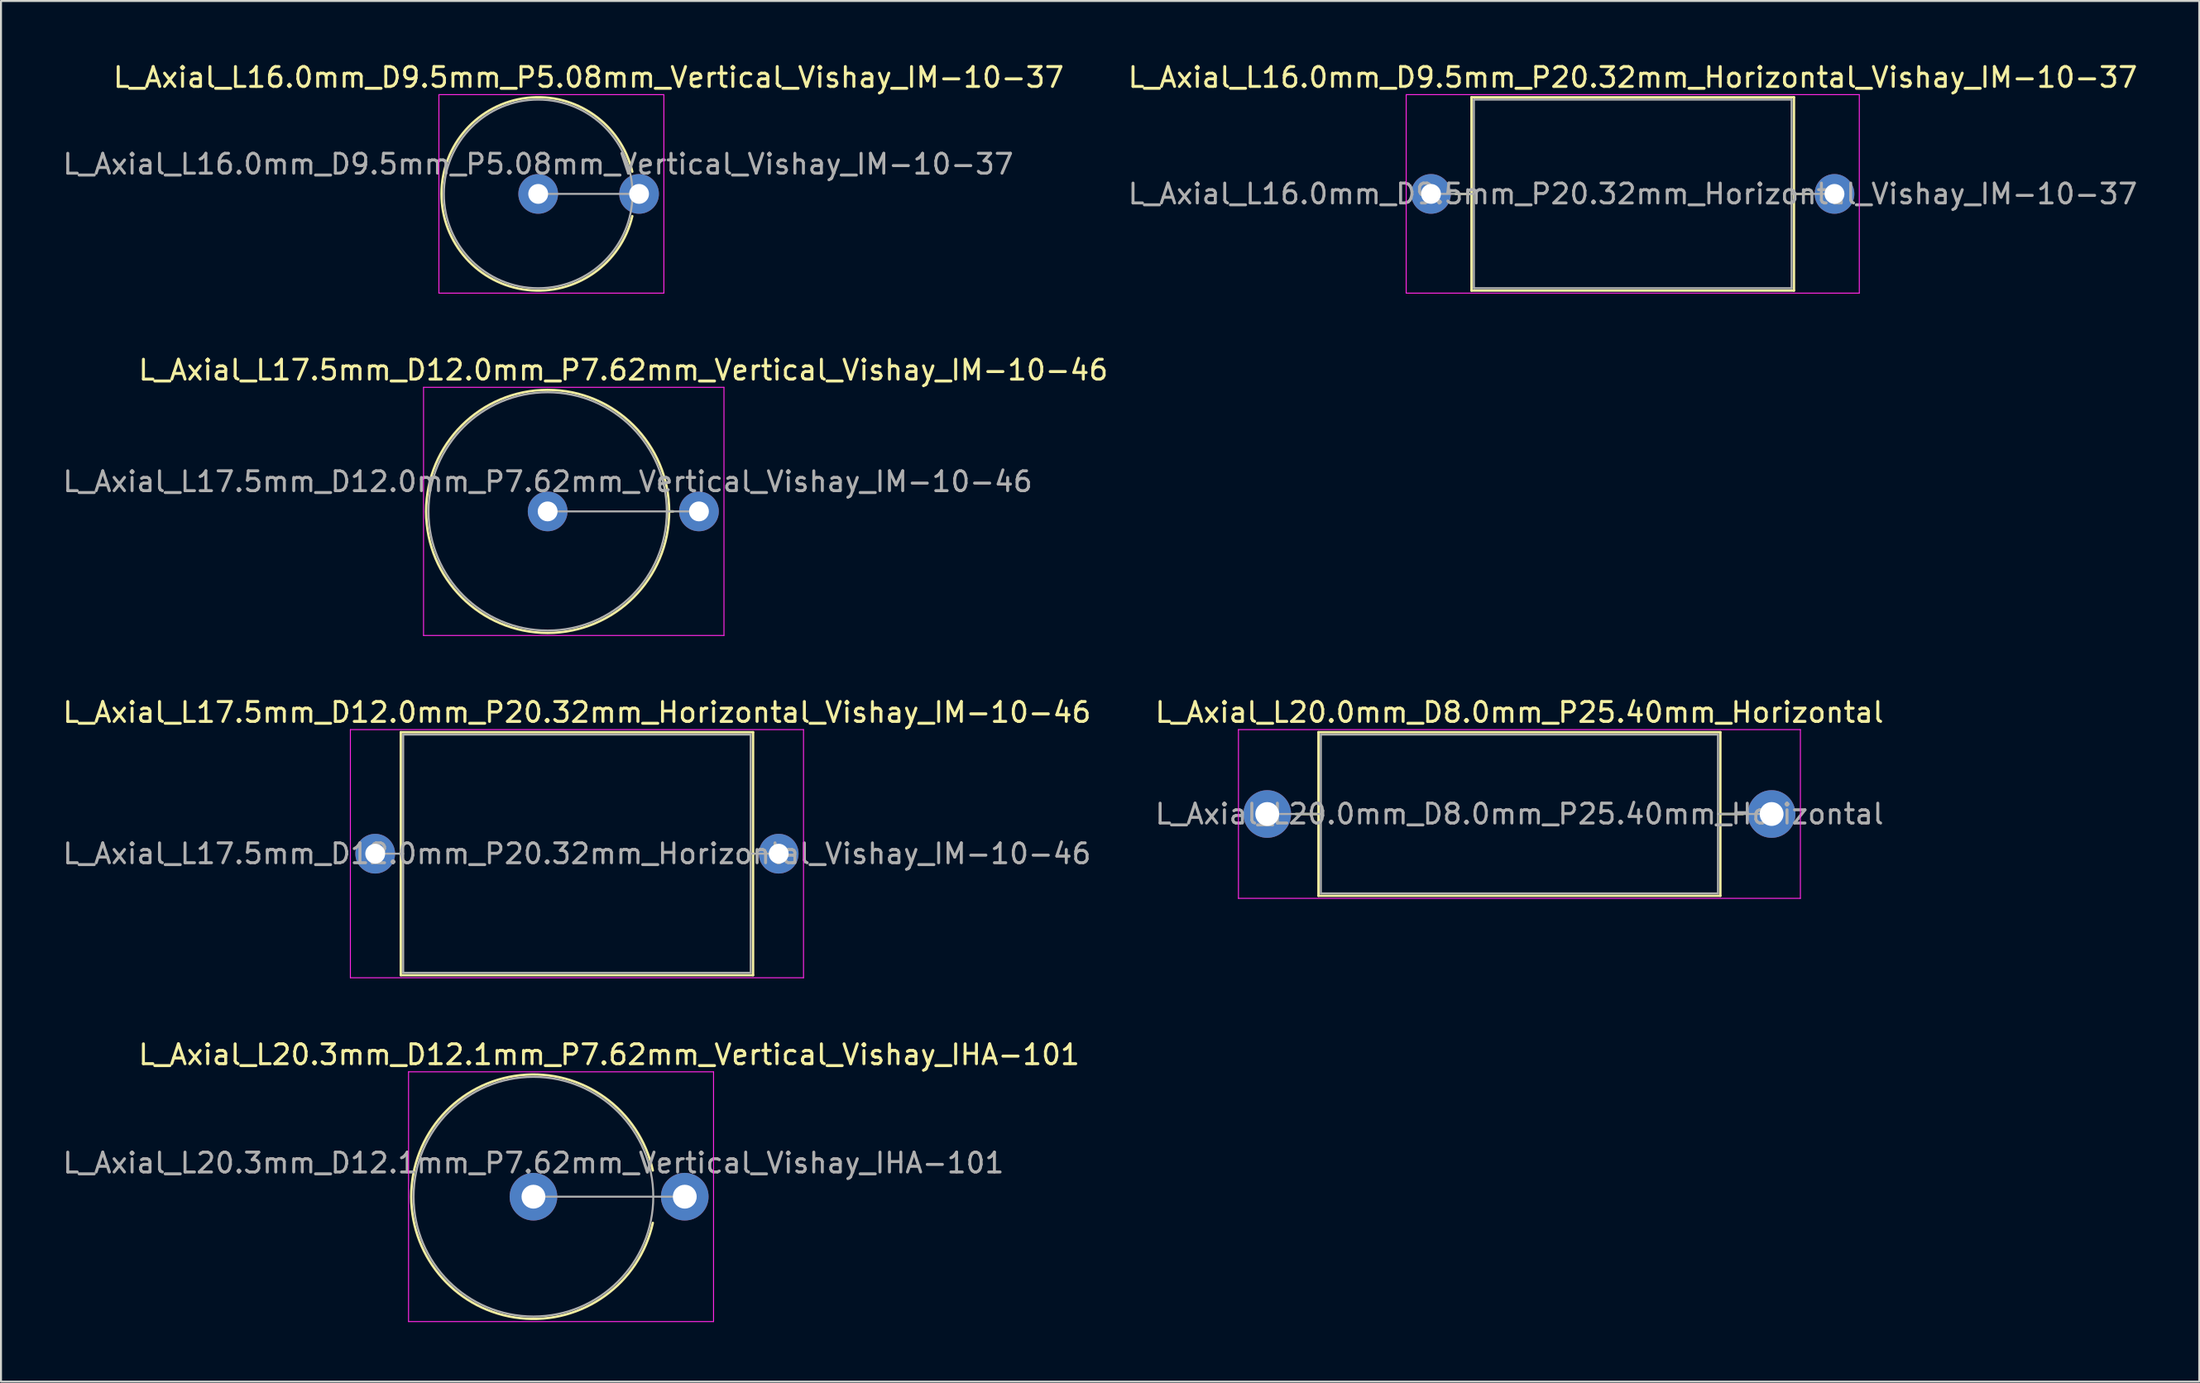
<source format=kicad_pcb>
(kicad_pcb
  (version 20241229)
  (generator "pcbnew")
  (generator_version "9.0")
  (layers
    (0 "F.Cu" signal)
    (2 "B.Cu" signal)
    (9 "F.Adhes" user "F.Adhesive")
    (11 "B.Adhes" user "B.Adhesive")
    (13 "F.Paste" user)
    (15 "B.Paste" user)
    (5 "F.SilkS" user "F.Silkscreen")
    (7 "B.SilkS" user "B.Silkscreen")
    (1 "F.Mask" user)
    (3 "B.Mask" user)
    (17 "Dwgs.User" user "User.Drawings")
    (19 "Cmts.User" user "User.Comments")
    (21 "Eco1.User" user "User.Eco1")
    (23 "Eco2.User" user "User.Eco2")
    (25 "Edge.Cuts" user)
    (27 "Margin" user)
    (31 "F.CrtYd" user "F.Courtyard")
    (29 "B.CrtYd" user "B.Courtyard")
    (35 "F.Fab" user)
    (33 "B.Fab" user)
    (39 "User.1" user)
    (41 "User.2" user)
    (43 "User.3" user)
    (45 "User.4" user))
  (footprint "L_Axial_L16.0mm_D9.5mm_P5.08mm_Vertical_Vishay_IM-10-37"
    (layer "F.Cu")
    (at 24.054 6.718)
    (property "Reference" "L_Axial_L16.0mm_D9.5mm_P5.08mm_Vertical_Vishay_IM-10-37" (at 2.54 -5.87 0) (layer "F.SilkS") (effects (font (size 1 1) (thickness 0.15))))
    (attr through_hole)
    (fp_arc (start 4.739462 1.12) (mid -4.87 0) (end 4.739462 -1.12) (stroke (width 0.12) (type solid)) (layer "F.SilkS"))
    (fp_line (start -5 -5) (end -5 5) (stroke (width 0.05) (type solid)) (layer "F.CrtYd"))
    (fp_line (start -5 5) (end 6.33 5) (stroke (width 0.05) (type solid)) (layer "F.CrtYd"))
    (fp_line (start 6.33 -5) (end -5 -5) (stroke (width 0.05) (type solid)) (layer "F.CrtYd"))
    (fp_line (start 6.33 5) (end 6.33 -5) (stroke (width 0.05) (type solid)) (layer "F.CrtYd"))
    (fp_line (start 0 0) (end 5.08 0) (stroke (width 0.1) (type solid)) (layer "F.Fab"))
    (fp_circle (center 0 0) (end 4.75 0) (stroke (width 0.1) (type solid)) (fill no) (layer "F.Fab"))
    (fp_text user "${REFERENCE}" (at 0 -1.5 0) (layer "F.Fab") (effects (font (size 1 1) (thickness 0.15))))
    (pad "1" thru_hole circle (at 0 0) (size 2 2) (drill 1) (layers "*.Cu" "*.Mask"))
    (pad "2" thru_hole oval (at 5.08 0) (size 2 2) (drill 1) (layers "*.Cu" "*.Mask")))
  (footprint "L_Axial_L17.5mm_D12.0mm_P7.62mm_Vertical_Vishay_IM-10-46"
    (layer "F.Cu")
    (at 24.53 22.712)
    (property "Reference" "L_Axial_L17.5mm_D12.0mm_P7.62mm_Vertical_Vishay_IM-10-46" (at 3.81 -7.12 0) (layer "F.SilkS") (effects (font (size 1 1) (thickness 0.15))))
    (attr through_hole)
    (fp_line (start 6.12 0) (end 6.32 0) (stroke (width 0.12) (type solid)) (layer "F.SilkS"))
    (fp_circle (center 0 0) (end 6.12 0) (stroke (width 0.12) (type solid)) (fill no) (layer "F.SilkS"))
    (fp_line (start -6.25 -6.25) (end -6.25 6.25) (stroke (width 0.05) (type solid)) (layer "F.CrtYd"))
    (fp_line (start -6.25 6.25) (end 8.88 6.25) (stroke (width 0.05) (type solid)) (layer "F.CrtYd"))
    (fp_line (start 8.88 -6.25) (end -6.25 -6.25) (stroke (width 0.05) (type solid)) (layer "F.CrtYd"))
    (fp_line (start 8.88 6.25) (end 8.88 -6.25) (stroke (width 0.05) (type solid)) (layer "F.CrtYd"))
    (fp_line (start 0 0) (end 7.62 0) (stroke (width 0.1) (type solid)) (layer "F.Fab"))
    (fp_circle (center 0 0) (end 6 0) (stroke (width 0.1) (type solid)) (fill no) (layer "F.Fab"))
    (fp_text user "${REFERENCE}" (at 0 -1.5 0) (layer "F.Fab") (effects (font (size 1 1) (thickness 0.15))))
    (pad "1" thru_hole circle (at 0 0) (size 2 2) (drill 1) (layers "*.Cu" "*.Mask"))
    (pad "2" thru_hole oval (at 7.62 0) (size 2 2) (drill 1) (layers "*.Cu" "*.Mask")))
  (footprint "L_Axial_L17.5mm_D12.0mm_P20.32mm_Horizontal_Vishay_IM-10-46"
    (layer "F.Cu")
    (at 15.846 39.955)
    (property "Reference" "L_Axial_L17.5mm_D12.0mm_P20.32mm_Horizontal_Vishay_IM-10-46" (at 10.16 -7.12 0) (layer "F.SilkS") (effects (font (size 1 1) (thickness 0.15))))
    (attr through_hole)
    (fp_line (start 1.24 0) (end 1.29 0) (stroke (width 0.12) (type solid)) (layer "F.SilkS"))
    (fp_line (start 1.29 -6.12) (end 1.29 6.12) (stroke (width 0.12) (type solid)) (layer "F.SilkS"))
    (fp_line (start 1.29 6.12) (end 19.03 6.12) (stroke (width 0.12) (type solid)) (layer "F.SilkS"))
    (fp_line (start 19.03 -6.12) (end 1.29 -6.12) (stroke (width 0.12) (type solid)) (layer "F.SilkS"))
    (fp_line (start 19.03 6.12) (end 19.03 -6.12) (stroke (width 0.12) (type solid)) (layer "F.SilkS"))
    (fp_line (start 19.08 0) (end 19.03 0) (stroke (width 0.12) (type solid)) (layer "F.SilkS"))
    (fp_line (start -1.25 -6.25) (end -1.25 6.25) (stroke (width 0.05) (type solid)) (layer "F.CrtYd"))
    (fp_line (start -1.25 6.25) (end 21.57 6.25) (stroke (width 0.05) (type solid)) (layer "F.CrtYd"))
    (fp_line (start 21.57 -6.25) (end -1.25 -6.25) (stroke (width 0.05) (type solid)) (layer "F.CrtYd"))
    (fp_line (start 21.57 6.25) (end 21.57 -6.25) (stroke (width 0.05) (type solid)) (layer "F.CrtYd"))
    (fp_line (start 0 0) (end 1.41 0) (stroke (width 0.1) (type solid)) (layer "F.Fab"))
    (fp_line (start 1.41 -6) (end 1.41 6) (stroke (width 0.1) (type solid)) (layer "F.Fab"))
    (fp_line (start 1.41 6) (end 18.91 6) (stroke (width 0.1) (type solid)) (layer "F.Fab"))
    (fp_line (start 18.91 -6) (end 1.41 -6) (stroke (width 0.1) (type solid)) (layer "F.Fab"))
    (fp_line (start 18.91 6) (end 18.91 -6) (stroke (width 0.1) (type solid)) (layer "F.Fab"))
    (fp_line (start 20.32 0) (end 18.91 0) (stroke (width 0.1) (type solid)) (layer "F.Fab"))
    (fp_text user "${REFERENCE}" (at 10.16 0 0) (layer "F.Fab") (effects (font (size 1 1) (thickness 0.15))))
    (pad "1" thru_hole circle (at 0 0) (size 2 2) (drill 1) (layers "*.Cu" "*.Mask"))
    (pad "2" thru_hole oval (at 20.32 0) (size 2 2) (drill 1) (layers "*.Cu" "*.Mask")))
  (footprint "L_Axial_L20.0mm_D8.0mm_P25.40mm_Horizontal"
    (layer "F.Cu")
    (at 60.77 37.955)
    (property "Reference" "L_Axial_L20.0mm_D8.0mm_P25.40mm_Horizontal" (at 12.7 -5.12 0) (layer "F.SilkS") (effects (font (size 1 1) (thickness 0.15))))
    (attr through_hole)
    (fp_line (start 1.44 0) (end 2.58 0) (stroke (width 0.12) (type solid)) (layer "F.SilkS"))
    (fp_line (start 2.58 -4.12) (end 2.58 4.12) (stroke (width 0.12) (type solid)) (layer "F.SilkS"))
    (fp_line (start 2.58 4.12) (end 22.82 4.12) (stroke (width 0.12) (type solid)) (layer "F.SilkS"))
    (fp_line (start 22.82 -4.12) (end 2.58 -4.12) (stroke (width 0.12) (type solid)) (layer "F.SilkS"))
    (fp_line (start 22.82 4.12) (end 22.82 -4.12) (stroke (width 0.12) (type solid)) (layer "F.SilkS"))
    (fp_line (start 23.96 0) (end 22.82 0) (stroke (width 0.12) (type solid)) (layer "F.SilkS"))
    (fp_line (start -1.45 -4.25) (end -1.45 4.25) (stroke (width 0.05) (type solid)) (layer "F.CrtYd"))
    (fp_line (start -1.45 4.25) (end 26.85 4.25) (stroke (width 0.05) (type solid)) (layer "F.CrtYd"))
    (fp_line (start 26.85 -4.25) (end -1.45 -4.25) (stroke (width 0.05) (type solid)) (layer "F.CrtYd"))
    (fp_line (start 26.85 4.25) (end 26.85 -4.25) (stroke (width 0.05) (type solid)) (layer "F.CrtYd"))
    (fp_line (start 0 0) (end 2.7 0) (stroke (width 0.1) (type solid)) (layer "F.Fab"))
    (fp_line (start 2.7 -4) (end 2.7 4) (stroke (width 0.1) (type solid)) (layer "F.Fab"))
    (fp_line (start 2.7 4) (end 22.7 4) (stroke (width 0.1) (type solid)) (layer "F.Fab"))
    (fp_line (start 22.7 -4) (end 2.7 -4) (stroke (width 0.1) (type solid)) (layer "F.Fab"))
    (fp_line (start 22.7 4) (end 22.7 -4) (stroke (width 0.1) (type solid)) (layer "F.Fab"))
    (fp_line (start 25.4 0) (end 22.7 0) (stroke (width 0.1) (type solid)) (layer "F.Fab"))
    (fp_text user "${REFERENCE}" (at 12.7 0 0) (layer "F.Fab") (effects (font (size 1 1) (thickness 0.15))))
    (pad "1" thru_hole circle (at 0 0) (size 2.4 2.4) (drill 1.2) (layers "*.Cu" "*.Mask"))
    (pad "2" thru_hole oval (at 25.4 0) (size 2.4 2.4) (drill 1.2) (layers "*.Cu" "*.Mask")))
  (footprint "L_Axial_L16.0mm_D9.5mm_P20.32mm_Horizontal_Vishay_IM-10-37"
    (layer "F.Cu")
    (at 69.017 6.718)
    (property "Reference" "L_Axial_L16.0mm_D9.5mm_P20.32mm_Horizontal_Vishay_IM-10-37" (at 10.16 -5.87 0) (layer "F.SilkS") (effects (font (size 1 1) (thickness 0.15))))
    (attr through_hole)
    (fp_line (start 1.24 0) (end 2.04 0) (stroke (width 0.12) (type solid)) (layer "F.SilkS"))
    (fp_line (start 2.04 -4.87) (end 2.04 4.87) (stroke (width 0.12) (type solid)) (layer "F.SilkS"))
    (fp_line (start 2.04 4.87) (end 18.28 4.87) (stroke (width 0.12) (type solid)) (layer "F.SilkS"))
    (fp_line (start 18.28 -4.87) (end 2.04 -4.87) (stroke (width 0.12) (type solid)) (layer "F.SilkS"))
    (fp_line (start 18.28 4.87) (end 18.28 -4.87) (stroke (width 0.12) (type solid)) (layer "F.SilkS"))
    (fp_line (start 19.08 0) (end 18.28 0) (stroke (width 0.12) (type solid)) (layer "F.SilkS"))
    (fp_line (start -1.25 -5) (end -1.25 5) (stroke (width 0.05) (type solid)) (layer "F.CrtYd"))
    (fp_line (start -1.25 5) (end 21.57 5) (stroke (width 0.05) (type solid)) (layer "F.CrtYd"))
    (fp_line (start 21.57 -5) (end -1.25 -5) (stroke (width 0.05) (type solid)) (layer "F.CrtYd"))
    (fp_line (start 21.57 5) (end 21.57 -5) (stroke (width 0.05) (type solid)) (layer "F.CrtYd"))
    (fp_line (start 0 0) (end 2.16 0) (stroke (width 0.1) (type solid)) (layer "F.Fab"))
    (fp_line (start 2.16 -4.75) (end 2.16 4.75) (stroke (width 0.1) (type solid)) (layer "F.Fab"))
    (fp_line (start 2.16 4.75) (end 18.16 4.75) (stroke (width 0.1) (type solid)) (layer "F.Fab"))
    (fp_line (start 18.16 -4.75) (end 2.16 -4.75) (stroke (width 0.1) (type solid)) (layer "F.Fab"))
    (fp_line (start 18.16 4.75) (end 18.16 -4.75) (stroke (width 0.1) (type solid)) (layer "F.Fab"))
    (fp_line (start 20.32 0) (end 18.16 0) (stroke (width 0.1) (type solid)) (layer "F.Fab"))
    (fp_text user "${REFERENCE}" (at 10.16 0 0) (layer "F.Fab") (effects (font (size 1 1) (thickness 0.15))))
    (pad "1" thru_hole circle (at 0 0) (size 2 2) (drill 1) (layers "*.Cu" "*.Mask"))
    (pad "2" thru_hole oval (at 20.32 0) (size 2 2) (drill 1) (layers "*.Cu" "*.Mask")))
  (footprint "L_Axial_L20.3mm_D12.1mm_P7.62mm_Vertical_Vishay_IHA-101"
    (layer "F.Cu")
    (at 23.815 57.233)
    (property "Reference" "L_Axial_L20.3mm_D12.1mm_P7.62mm_Vertical_Vishay_IHA-101" (at 3.81 -7.155 0) (layer "F.SilkS") (effects (font (size 1 1) (thickness 0.15))))
    (attr through_hole)
    (fp_arc (start 6.01179 1.32) (mid -6.155 0) (end 6.01179 -1.32) (stroke (width 0.12) (type solid)) (layer "F.SilkS"))
    (fp_line (start -6.29 -6.29) (end -6.29 6.29) (stroke (width 0.05) (type solid)) (layer "F.CrtYd"))
    (fp_line (start -6.29 6.29) (end 9.07 6.29) (stroke (width 0.05) (type solid)) (layer "F.CrtYd"))
    (fp_line (start 9.07 -6.29) (end -6.29 -6.29) (stroke (width 0.05) (type solid)) (layer "F.CrtYd"))
    (fp_line (start 9.07 6.29) (end 9.07 -6.29) (stroke (width 0.05) (type solid)) (layer "F.CrtYd"))
    (fp_line (start 0 0) (end 7.62 0) (stroke (width 0.1) (type solid)) (layer "F.Fab"))
    (fp_circle (center 0 0) (end 6.035 0) (stroke (width 0.1) (type solid)) (fill no) (layer "F.Fab"))
    (fp_text user "${REFERENCE}" (at 0 -1.7 0) (layer "F.Fab") (effects (font (size 1 1) (thickness 0.15))))
    (pad "1" thru_hole circle (at 0 0) (size 2.4 2.4) (drill 1.2) (layers "*.Cu" "*.Mask"))
    (pad "2" thru_hole oval (at 7.62 0) (size 2.4 2.4) (drill 1.2) (layers "*.Cu" "*.Mask")))
  (gr_rect
    (start -3 -3)
    (end 107.707 66.548)
    (stroke (width 0.1) (type default))
    (fill no)
    (layer "Edge.Cuts")))
</source>
